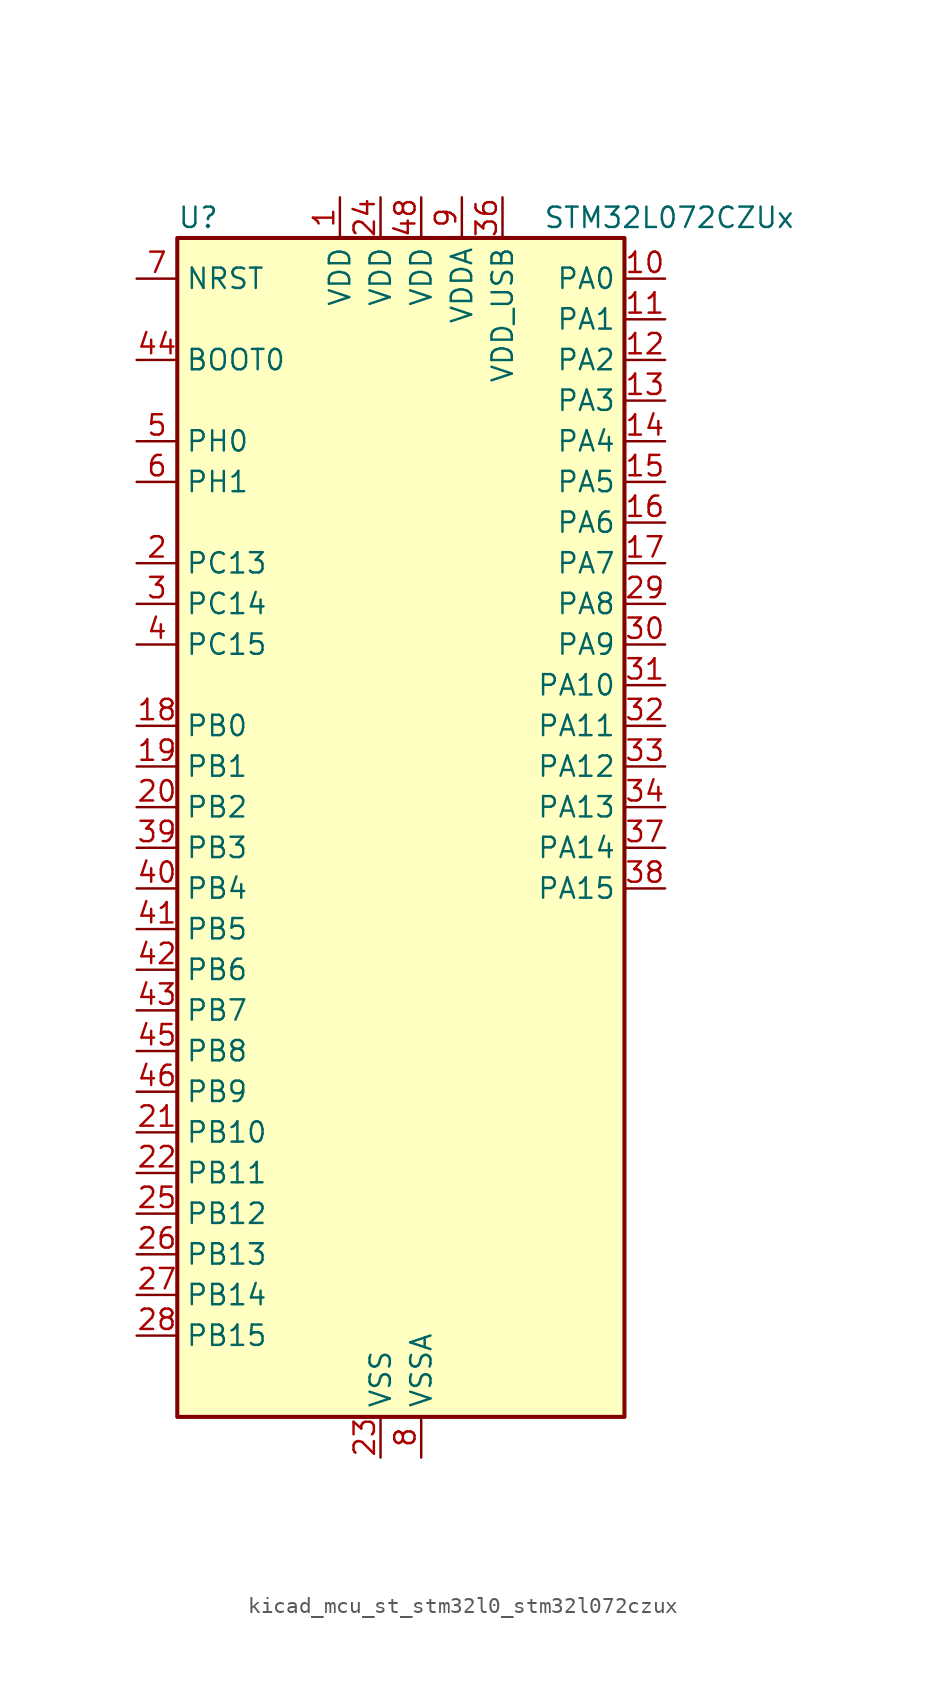
<source format=kicad_sym>
(kicad_symbol_lib
  (version 20220914)
  (generator kicad_symbol_editor)
  (symbol "kicad_mcu_st_stm32l0_stm32l072czux"
    (property "Reference" "U"
      (at -12.7 39.37 0)
      (effects (font (size 1.27 1.27)) (justify left)))
    (property "Value" "STM32L072CZUx"
      (at 10.16 39.37 0)
      (effects (font (size 1.27 1.27)) (justify left)))
    (property "ki_locked" ""
      (at 0 0 0)
      (effects (font (size 1.27 1.27))))
    (symbol "kicad_mcu_st_stm32l0_stm32l072czux_0_1"
      (rectangle (start -12.7 -35.56) (end 15.24 38.1) (stroke (width 0.254) (type default)) (fill (type background))))
    (symbol "kicad_mcu_st_stm32l0_stm32l072czux_1_1"
      (pin power_in line (at -2.54 40.64 270) (length 2.54) (name "VDD" (effects (font (size 1.27 1.27)))) (number "1" (effects (font (size 1.27 1.27)))))
      (pin bidirectional line (at 17.78 35.56 180) (length 2.54) (name "PA0" (effects (font (size 1.27 1.27)))) (number "10" (effects (font (size 1.27 1.27)))) (alternate "ADC_IN0" bidirectional line) (alternate "COMP1_INM" bidirectional line) (alternate "COMP1_OUT" bidirectional line) (alternate "RTC_TAMP2" bidirectional line) (alternate "SYS_WKUP1" bidirectional line) (alternate "TIM2_CH1" bidirectional line) (alternate "TIM2_ETR" bidirectional line) (alternate "TSC_G1_IO1" bidirectional line) (alternate "USART2_CTS" bidirectional line) (alternate "USART4_TX" bidirectional line))
      (pin bidirectional line (at 17.78 33.02 180) (length 2.54) (name "PA1" (effects (font (size 1.27 1.27)))) (number "11" (effects (font (size 1.27 1.27)))) (alternate "ADC_IN1" bidirectional line) (alternate "COMP1_INP" bidirectional line) (alternate "TIM21_ETR" bidirectional line) (alternate "TIM2_CH2" bidirectional line) (alternate "TSC_G1_IO2" bidirectional line) (alternate "USART2_DE" bidirectional line) (alternate "USART2_RTS" bidirectional line) (alternate "USART4_RX" bidirectional line))
      (pin bidirectional line (at 17.78 30.48 180) (length 2.54) (name "PA2" (effects (font (size 1.27 1.27)))) (number "12" (effects (font (size 1.27 1.27)))) (alternate "ADC_IN2" bidirectional line) (alternate "COMP2_INM" bidirectional line) (alternate "COMP2_OUT" bidirectional line) (alternate "LPUART1_TX" bidirectional line) (alternate "TIM21_CH1" bidirectional line) (alternate "TIM2_CH3" bidirectional line) (alternate "TSC_G1_IO3" bidirectional line) (alternate "USART2_TX" bidirectional line))
      (pin bidirectional line (at 17.78 27.94 180) (length 2.54) (name "PA3" (effects (font (size 1.27 1.27)))) (number "13" (effects (font (size 1.27 1.27)))) (alternate "ADC_IN3" bidirectional line) (alternate "COMP2_INP" bidirectional line) (alternate "LPUART1_RX" bidirectional line) (alternate "TIM21_CH2" bidirectional line) (alternate "TIM2_CH4" bidirectional line) (alternate "TSC_G1_IO4" bidirectional line) (alternate "USART2_RX" bidirectional line))
      (pin bidirectional line (at 17.78 25.4 180) (length 2.54) (name "PA4" (effects (font (size 1.27 1.27)))) (number "14" (effects (font (size 1.27 1.27)))) (alternate "ADC_IN4" bidirectional line) (alternate "COMP1_INM" bidirectional line) (alternate "COMP2_INM" bidirectional line) (alternate "DAC_OUT1" bidirectional line) (alternate "SPI1_NSS" bidirectional line) (alternate "TIM22_ETR" bidirectional line) (alternate "TSC_G2_IO1" bidirectional line) (alternate "USART2_CK" bidirectional line))
      (pin bidirectional line (at 17.78 22.86 180) (length 2.54) (name "PA5" (effects (font (size 1.27 1.27)))) (number "15" (effects (font (size 1.27 1.27)))) (alternate "ADC_IN5" bidirectional line) (alternate "COMP1_INM" bidirectional line) (alternate "COMP2_INM" bidirectional line) (alternate "DAC_OUT2" bidirectional line) (alternate "SPI1_SCK" bidirectional line) (alternate "TIM2_CH1" bidirectional line) (alternate "TIM2_ETR" bidirectional line) (alternate "TSC_G2_IO2" bidirectional line))
      (pin bidirectional line (at 17.78 20.32 180) (length 2.54) (name "PA6" (effects (font (size 1.27 1.27)))) (number "16" (effects (font (size 1.27 1.27)))) (alternate "ADC_IN6" bidirectional line) (alternate "COMP1_OUT" bidirectional line) (alternate "LPUART1_CTS" bidirectional line) (alternate "SPI1_MISO" bidirectional line) (alternate "TIM22_CH1" bidirectional line) (alternate "TIM3_CH1" bidirectional line) (alternate "TSC_G2_IO3" bidirectional line))
      (pin bidirectional line (at 17.78 17.78 180) (length 2.54) (name "PA7" (effects (font (size 1.27 1.27)))) (number "17" (effects (font (size 1.27 1.27)))) (alternate "ADC_IN7" bidirectional line) (alternate "COMP2_OUT" bidirectional line) (alternate "SPI1_MOSI" bidirectional line) (alternate "TIM22_CH2" bidirectional line) (alternate "TIM3_CH2" bidirectional line) (alternate "TSC_G2_IO4" bidirectional line))
      (pin bidirectional line (at -15.24 7.62 0) (length 2.54) (name "PB0" (effects (font (size 1.27 1.27)))) (number "18" (effects (font (size 1.27 1.27)))) (alternate "ADC_IN8" bidirectional line) (alternate "SYS_VREF_OUT_PB0" bidirectional line) (alternate "TIM3_CH3" bidirectional line) (alternate "TSC_G3_IO2" bidirectional line))
      (pin bidirectional line (at -15.24 5.08 0) (length 2.54) (name "PB1" (effects (font (size 1.27 1.27)))) (number "19" (effects (font (size 1.27 1.27)))) (alternate "ADC_IN9" bidirectional line) (alternate "LPUART1_DE" bidirectional line) (alternate "LPUART1_RTS" bidirectional line) (alternate "SYS_VREF_OUT_PB1" bidirectional line) (alternate "TIM3_CH4" bidirectional line) (alternate "TSC_G3_IO3" bidirectional line))
      (pin bidirectional line (at -15.24 17.78 0) (length 2.54) (name "PC13" (effects (font (size 1.27 1.27)))) (number "2" (effects (font (size 1.27 1.27)))) (alternate "RTC_OUT_ALARM" bidirectional line) (alternate "RTC_OUT_CALIB" bidirectional line) (alternate "RTC_TAMP1" bidirectional line) (alternate "RTC_TS" bidirectional line) (alternate "SYS_WKUP2" bidirectional line))
      (pin bidirectional line (at -15.24 2.54 0) (length 2.54) (name "PB2" (effects (font (size 1.27 1.27)))) (number "20" (effects (font (size 1.27 1.27)))) (alternate "I2C3_SMBA" bidirectional line) (alternate "LPTIM1_OUT" bidirectional line) (alternate "TSC_G3_IO4" bidirectional line))
      (pin bidirectional line (at -15.24 -17.78 0) (length 2.54) (name "PB10" (effects (font (size 1.27 1.27)))) (number "21" (effects (font (size 1.27 1.27)))) (alternate "I2C2_SCL" bidirectional line) (alternate "LPUART1_RX" bidirectional line) (alternate "LPUART1_TX" bidirectional line) (alternate "SPI2_SCK" bidirectional line) (alternate "TIM2_CH3" bidirectional line) (alternate "TSC_SYNC" bidirectional line))
      (pin bidirectional line (at -15.24 -20.32 0) (length 2.54) (name "PB11" (effects (font (size 1.27 1.27)))) (number "22" (effects (font (size 1.27 1.27)))) (alternate "ADC_EXTI11" bidirectional line) (alternate "I2C2_SDA" bidirectional line) (alternate "LPUART1_RX" bidirectional line) (alternate "LPUART1_TX" bidirectional line) (alternate "TIM2_CH4" bidirectional line) (alternate "TSC_G6_IO1" bidirectional line))
      (pin power_in line (at 0 -38.1 90) (length 2.54) (name "VSS" (effects (font (size 1.27 1.27)))) (number "23" (effects (font (size 1.27 1.27)))))
      (pin power_in line (at 0 40.64 270) (length 2.54) (name "VDD" (effects (font (size 1.27 1.27)))) (number "24" (effects (font (size 1.27 1.27)))))
      (pin bidirectional line (at -15.24 -22.86 0) (length 2.54) (name "PB12" (effects (font (size 1.27 1.27)))) (number "25" (effects (font (size 1.27 1.27)))) (alternate "I2S2_WS" bidirectional line) (alternate "LPUART1_DE" bidirectional line) (alternate "LPUART1_RTS" bidirectional line) (alternate "SPI2_NSS" bidirectional line) (alternate "TSC_G6_IO2" bidirectional line))
      (pin bidirectional line (at -15.24 -25.4 0) (length 2.54) (name "PB13" (effects (font (size 1.27 1.27)))) (number "26" (effects (font (size 1.27 1.27)))) (alternate "I2C2_SCL" bidirectional line) (alternate "I2S2_CK" bidirectional line) (alternate "LPUART1_CTS" bidirectional line) (alternate "RCC_MCO" bidirectional line) (alternate "SPI2_SCK" bidirectional line) (alternate "TIM21_CH1" bidirectional line) (alternate "TSC_G6_IO3" bidirectional line))
      (pin bidirectional line (at -15.24 -27.94 0) (length 2.54) (name "PB14" (effects (font (size 1.27 1.27)))) (number "27" (effects (font (size 1.27 1.27)))) (alternate "I2C2_SDA" bidirectional line) (alternate "I2S2_MCK" bidirectional line) (alternate "LPUART1_DE" bidirectional line) (alternate "LPUART1_RTS" bidirectional line) (alternate "RTC_OUT_ALARM" bidirectional line) (alternate "RTC_OUT_CALIB" bidirectional line) (alternate "SPI2_MISO" bidirectional line) (alternate "TIM21_CH2" bidirectional line) (alternate "TSC_G6_IO4" bidirectional line))
      (pin bidirectional line (at -15.24 -30.48 0) (length 2.54) (name "PB15" (effects (font (size 1.27 1.27)))) (number "28" (effects (font (size 1.27 1.27)))) (alternate "I2S2_SD" bidirectional line) (alternate "RTC_REFIN" bidirectional line) (alternate "SPI2_MOSI" bidirectional line))
      (pin bidirectional line (at 17.78 15.24 180) (length 2.54) (name "PA8" (effects (font (size 1.27 1.27)))) (number "29" (effects (font (size 1.27 1.27)))) (alternate "CRS_SYNC" bidirectional line) (alternate "I2C3_SCL" bidirectional line) (alternate "RCC_MCO" bidirectional line) (alternate "USART1_CK" bidirectional line))
      (pin bidirectional line (at -15.24 15.24 0) (length 2.54) (name "PC14" (effects (font (size 1.27 1.27)))) (number "3" (effects (font (size 1.27 1.27)))) (alternate "RCC_OSC32_IN" bidirectional line))
      (pin bidirectional line (at 17.78 12.7 180) (length 2.54) (name "PA9" (effects (font (size 1.27 1.27)))) (number "30" (effects (font (size 1.27 1.27)))) (alternate "DAC_EXTI9" bidirectional line) (alternate "I2C1_SCL" bidirectional line) (alternate "I2C3_SMBA" bidirectional line) (alternate "RCC_MCO" bidirectional line) (alternate "TSC_G4_IO1" bidirectional line) (alternate "USART1_TX" bidirectional line))
      (pin bidirectional line (at 17.78 10.16 180) (length 2.54) (name "PA10" (effects (font (size 1.27 1.27)))) (number "31" (effects (font (size 1.27 1.27)))) (alternate "I2C1_SDA" bidirectional line) (alternate "TSC_G4_IO2" bidirectional line) (alternate "USART1_RX" bidirectional line))
      (pin bidirectional line (at 17.78 7.62 180) (length 2.54) (name "PA11" (effects (font (size 1.27 1.27)))) (number "32" (effects (font (size 1.27 1.27)))) (alternate "ADC_EXTI11" bidirectional line) (alternate "COMP1_OUT" bidirectional line) (alternate "SPI1_MISO" bidirectional line) (alternate "TSC_G4_IO3" bidirectional line) (alternate "USART1_CTS" bidirectional line) (alternate "USB_DM" bidirectional line))
      (pin bidirectional line (at 17.78 5.08 180) (length 2.54) (name "PA12" (effects (font (size 1.27 1.27)))) (number "33" (effects (font (size 1.27 1.27)))) (alternate "COMP2_OUT" bidirectional line) (alternate "SPI1_MOSI" bidirectional line) (alternate "TSC_G4_IO4" bidirectional line) (alternate "USART1_DE" bidirectional line) (alternate "USART1_RTS" bidirectional line) (alternate "USB_DP" bidirectional line))
      (pin bidirectional line (at 17.78 2.54 180) (length 2.54) (name "PA13" (effects (font (size 1.27 1.27)))) (number "34" (effects (font (size 1.27 1.27)))) (alternate "LPUART1_RX" bidirectional line) (alternate "SYS_SWDIO" bidirectional line) (alternate "USB_NOE" bidirectional line))
      (pin passive line (at 0 -38.1 90) (length 2.54) hide (name "VSS" (effects (font (size 1.27 1.27)))) (number "35" (effects (font (size 1.27 1.27)))))
      (pin power_in line (at 7.62 40.64 270) (length 2.54) (name "VDD_USB" (effects (font (size 1.27 1.27)))) (number "36" (effects (font (size 1.27 1.27)))))
      (pin bidirectional line (at 17.78 0 180) (length 2.54) (name "PA14" (effects (font (size 1.27 1.27)))) (number "37" (effects (font (size 1.27 1.27)))) (alternate "LPUART1_TX" bidirectional line) (alternate "SYS_SWCLK" bidirectional line) (alternate "USART2_TX" bidirectional line))
      (pin bidirectional line (at 17.78 -2.54 180) (length 2.54) (name "PA15" (effects (font (size 1.27 1.27)))) (number "38" (effects (font (size 1.27 1.27)))) (alternate "SPI1_NSS" bidirectional line) (alternate "TIM2_CH1" bidirectional line) (alternate "TIM2_ETR" bidirectional line) (alternate "USART2_RX" bidirectional line) (alternate "USART4_DE" bidirectional line) (alternate "USART4_RTS" bidirectional line))
      (pin bidirectional line (at -15.24 0 0) (length 2.54) (name "PB3" (effects (font (size 1.27 1.27)))) (number "39" (effects (font (size 1.27 1.27)))) (alternate "COMP2_INM" bidirectional line) (alternate "SPI1_SCK" bidirectional line) (alternate "TIM2_CH2" bidirectional line) (alternate "TSC_G5_IO1" bidirectional line) (alternate "USART1_DE" bidirectional line) (alternate "USART1_RTS" bidirectional line) (alternate "USART5_TX" bidirectional line))
      (pin bidirectional line (at -15.24 12.7 0) (length 2.54) (name "PC15" (effects (font (size 1.27 1.27)))) (number "4" (effects (font (size 1.27 1.27)))) (alternate "RCC_OSC32_OUT" bidirectional line))
      (pin bidirectional line (at -15.24 -2.54 0) (length 2.54) (name "PB4" (effects (font (size 1.27 1.27)))) (number "40" (effects (font (size 1.27 1.27)))) (alternate "COMP2_INP" bidirectional line) (alternate "I2C3_SDA" bidirectional line) (alternate "SPI1_MISO" bidirectional line) (alternate "TIM22_CH1" bidirectional line) (alternate "TIM3_CH1" bidirectional line) (alternate "TSC_G5_IO2" bidirectional line) (alternate "USART1_CTS" bidirectional line) (alternate "USART5_RX" bidirectional line))
      (pin bidirectional line (at -15.24 -5.08 0) (length 2.54) (name "PB5" (effects (font (size 1.27 1.27)))) (number "41" (effects (font (size 1.27 1.27)))) (alternate "COMP2_INP" bidirectional line) (alternate "I2C1_SMBA" bidirectional line) (alternate "LPTIM1_IN1" bidirectional line) (alternate "SPI1_MOSI" bidirectional line) (alternate "TIM22_CH2" bidirectional line) (alternate "TIM3_CH2" bidirectional line) (alternate "USART1_CK" bidirectional line) (alternate "USART5_CK" bidirectional line) (alternate "USART5_DE" bidirectional line) (alternate "USART5_RTS" bidirectional line))
      (pin bidirectional line (at -15.24 -7.62 0) (length 2.54) (name "PB6" (effects (font (size 1.27 1.27)))) (number "42" (effects (font (size 1.27 1.27)))) (alternate "COMP2_INP" bidirectional line) (alternate "I2C1_SCL" bidirectional line) (alternate "LPTIM1_ETR" bidirectional line) (alternate "TSC_G5_IO3" bidirectional line) (alternate "USART1_TX" bidirectional line))
      (pin bidirectional line (at -15.24 -10.16 0) (length 2.54) (name "PB7" (effects (font (size 1.27 1.27)))) (number "43" (effects (font (size 1.27 1.27)))) (alternate "COMP2_INP" bidirectional line) (alternate "I2C1_SDA" bidirectional line) (alternate "LPTIM1_IN2" bidirectional line) (alternate "SYS_PVD_IN" bidirectional line) (alternate "TSC_G5_IO4" bidirectional line) (alternate "USART1_RX" bidirectional line) (alternate "USART4_CTS" bidirectional line))
      (pin input line (at -15.24 30.48 0) (length 2.54) (name "BOOT0" (effects (font (size 1.27 1.27)))) (number "44" (effects (font (size 1.27 1.27)))))
      (pin bidirectional line (at -15.24 -12.7 0) (length 2.54) (name "PB8" (effects (font (size 1.27 1.27)))) (number "45" (effects (font (size 1.27 1.27)))) (alternate "I2C1_SCL" bidirectional line) (alternate "TSC_SYNC" bidirectional line))
      (pin bidirectional line (at -15.24 -15.24 0) (length 2.54) (name "PB9" (effects (font (size 1.27 1.27)))) (number "46" (effects (font (size 1.27 1.27)))) (alternate "DAC_EXTI9" bidirectional line) (alternate "I2C1_SDA" bidirectional line) (alternate "I2S2_WS" bidirectional line) (alternate "SPI2_NSS" bidirectional line))
      (pin passive line (at 0 -38.1 90) (length 2.54) hide (name "VSS" (effects (font (size 1.27 1.27)))) (number "47" (effects (font (size 1.27 1.27)))))
      (pin power_in line (at 2.54 40.64 270) (length 2.54) (name "VDD" (effects (font (size 1.27 1.27)))) (number "48" (effects (font (size 1.27 1.27)))))
      (pin passive line (at 0 -38.1 90) (length 2.54) hide (name "VSS" (effects (font (size 1.27 1.27)))) (number "49" (effects (font (size 1.27 1.27)))))
      (pin bidirectional line (at -15.24 25.4 0) (length 2.54) (name "PH0" (effects (font (size 1.27 1.27)))) (number "5" (effects (font (size 1.27 1.27)))) (alternate "CRS_SYNC" bidirectional line) (alternate "RCC_OSC_IN" bidirectional line))
      (pin bidirectional line (at -15.24 22.86 0) (length 2.54) (name "PH1" (effects (font (size 1.27 1.27)))) (number "6" (effects (font (size 1.27 1.27)))) (alternate "RCC_OSC_OUT" bidirectional line))
      (pin input line (at -15.24 35.56 0) (length 2.54) (name "NRST" (effects (font (size 1.27 1.27)))) (number "7" (effects (font (size 1.27 1.27)))))
      (pin power_in line (at 2.54 -38.1 90) (length 2.54) (name "VSSA" (effects (font (size 1.27 1.27)))) (number "8" (effects (font (size 1.27 1.27)))))
      (pin power_in line (at 5.08 40.64 270) (length 2.54) (name "VDDA" (effects (font (size 1.27 1.27)))) (number "9" (effects (font (size 1.27 1.27))))))))
</source>
